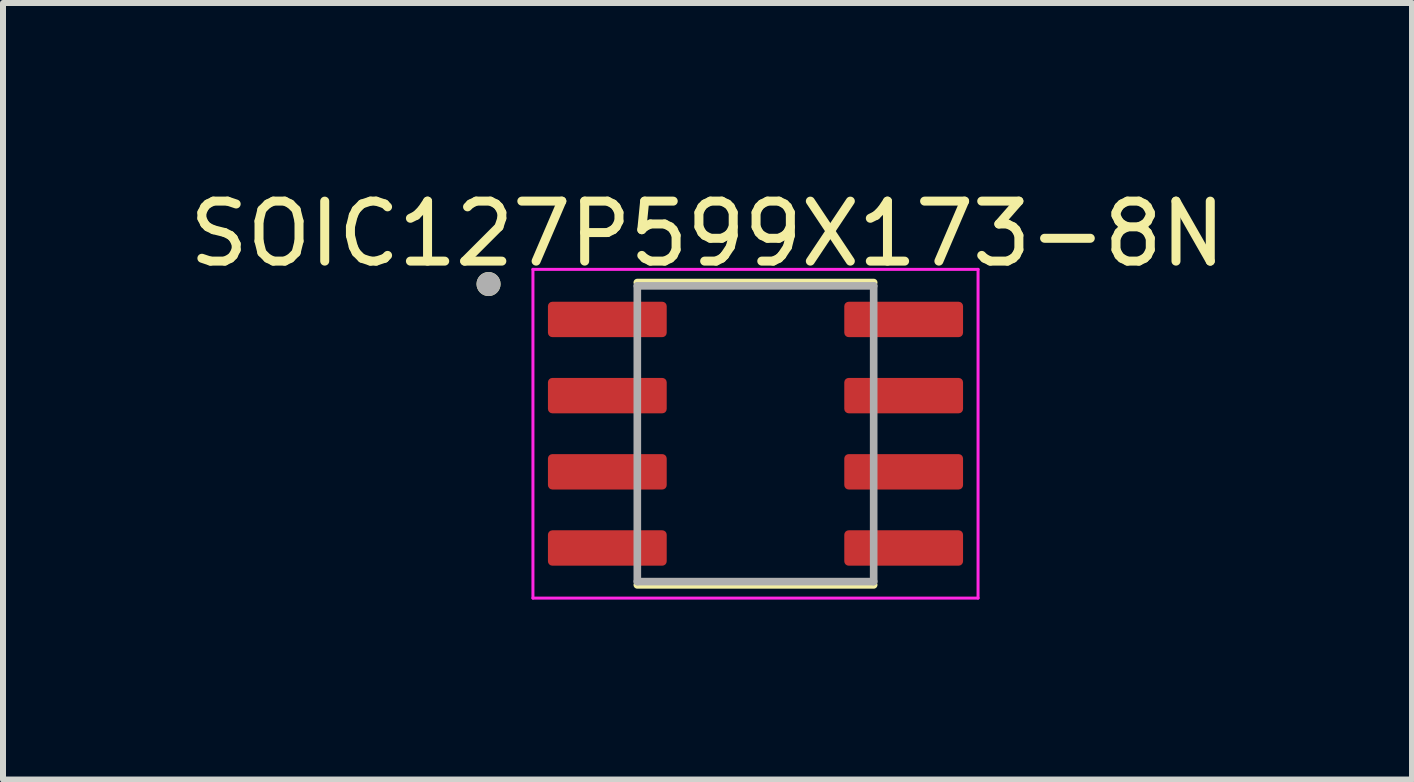
<source format=kicad_pcb>
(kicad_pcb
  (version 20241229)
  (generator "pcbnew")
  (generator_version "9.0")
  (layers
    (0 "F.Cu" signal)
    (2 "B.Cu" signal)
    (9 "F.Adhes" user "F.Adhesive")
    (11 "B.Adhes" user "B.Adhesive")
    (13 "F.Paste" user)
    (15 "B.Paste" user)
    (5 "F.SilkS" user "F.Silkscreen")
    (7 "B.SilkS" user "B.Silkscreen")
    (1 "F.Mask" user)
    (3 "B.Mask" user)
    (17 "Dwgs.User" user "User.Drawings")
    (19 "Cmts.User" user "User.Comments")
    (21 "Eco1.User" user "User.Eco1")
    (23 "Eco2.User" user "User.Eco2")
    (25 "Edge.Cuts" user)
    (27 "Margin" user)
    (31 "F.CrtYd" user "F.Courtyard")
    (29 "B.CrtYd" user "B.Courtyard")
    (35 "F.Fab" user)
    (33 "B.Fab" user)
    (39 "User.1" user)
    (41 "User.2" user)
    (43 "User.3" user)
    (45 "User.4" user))
  (footprint "SOIC127P599X173-8N"
    (layer "F.Cu")
    (at 9.544 4.18)
    (property "Reference" "SOIC127P599X173-8N" (at -0.8 -3.332 0) (layer "F.SilkS") (effects (font (size 1 1) (thickness 0.15))))
    (attr smd)
    (fp_line (start -1.97 -2.52) (end 1.97 -2.52) (stroke (width 0.127) (type solid)) (layer "F.SilkS"))
    (fp_line (start -1.97 2.52) (end 1.97 2.52) (stroke (width 0.127) (type solid)) (layer "F.SilkS"))
    (fp_circle (center -4.45 -2.495) (end -4.35 -2.495) (stroke (width 0.2) (type solid)) (fill no) (layer "F.SilkS"))
    (fp_line (start -3.71 -2.74) (end -3.71 2.74) (stroke (width 0.05) (type solid)) (layer "F.CrtYd"))
    (fp_line (start -3.71 -2.74) (end 3.71 -2.74) (stroke (width 0.05) (type solid)) (layer "F.CrtYd"))
    (fp_line (start -3.71 2.74) (end 3.71 2.74) (stroke (width 0.05) (type solid)) (layer "F.CrtYd"))
    (fp_line (start 3.71 -2.74) (end 3.71 2.74) (stroke (width 0.05) (type solid)) (layer "F.CrtYd"))
    (fp_line (start -1.97 -2.465) (end -1.97 2.465) (stroke (width 0.127) (type solid)) (layer "F.Fab"))
    (fp_line (start -1.97 -2.465) (end 1.97 -2.465) (stroke (width 0.127) (type solid)) (layer "F.Fab"))
    (fp_line (start -1.97 2.465) (end 1.97 2.465) (stroke (width 0.127) (type solid)) (layer "F.Fab"))
    (fp_line (start 1.97 -2.465) (end 1.97 2.465) (stroke (width 0.127) (type solid)) (layer "F.Fab"))
    (fp_circle (center -4.45 -2.495) (end -4.35 -2.495) (stroke (width 0.2) (type solid)) (fill no) (layer "F.Fab"))
    (pad "1" smd roundrect (at -2.47 -1.905) (size 1.98 0.59) (layers "F.Cu" "F.Mask" "F.Paste") (roundrect_rratio 0.125))
    (pad "2" smd roundrect (at -2.47 -0.635) (size 1.98 0.59) (layers "F.Cu" "F.Mask" "F.Paste") (roundrect_rratio 0.125))
    (pad "3" smd roundrect (at -2.47 0.635) (size 1.98 0.59) (layers "F.Cu" "F.Mask" "F.Paste") (roundrect_rratio 0.125))
    (pad "4" smd roundrect (at -2.47 1.905) (size 1.98 0.59) (layers "F.Cu" "F.Mask" "F.Paste") (roundrect_rratio 0.125))
    (pad "5" smd roundrect (at 2.47 1.905) (size 1.98 0.59) (layers "F.Cu" "F.Mask" "F.Paste") (roundrect_rratio 0.125))
    (pad "6" smd roundrect (at 2.47 0.635) (size 1.98 0.59) (layers "F.Cu" "F.Mask" "F.Paste") (roundrect_rratio 0.125))
    (pad "7" smd roundrect (at 2.47 -0.635) (size 1.98 0.59) (layers "F.Cu" "F.Mask" "F.Paste") (roundrect_rratio 0.125))
    (pad "8" smd roundrect (at 2.47 -1.905) (size 1.98 0.59) (layers "F.Cu" "F.Mask" "F.Paste") (roundrect_rratio 0.125)))
  (gr_rect
    (start -3 -3)
    (end 20.488 9.945)
    (stroke (width 0.1) (type default))
    (fill no)
    (layer "Edge.Cuts")))
</source>
